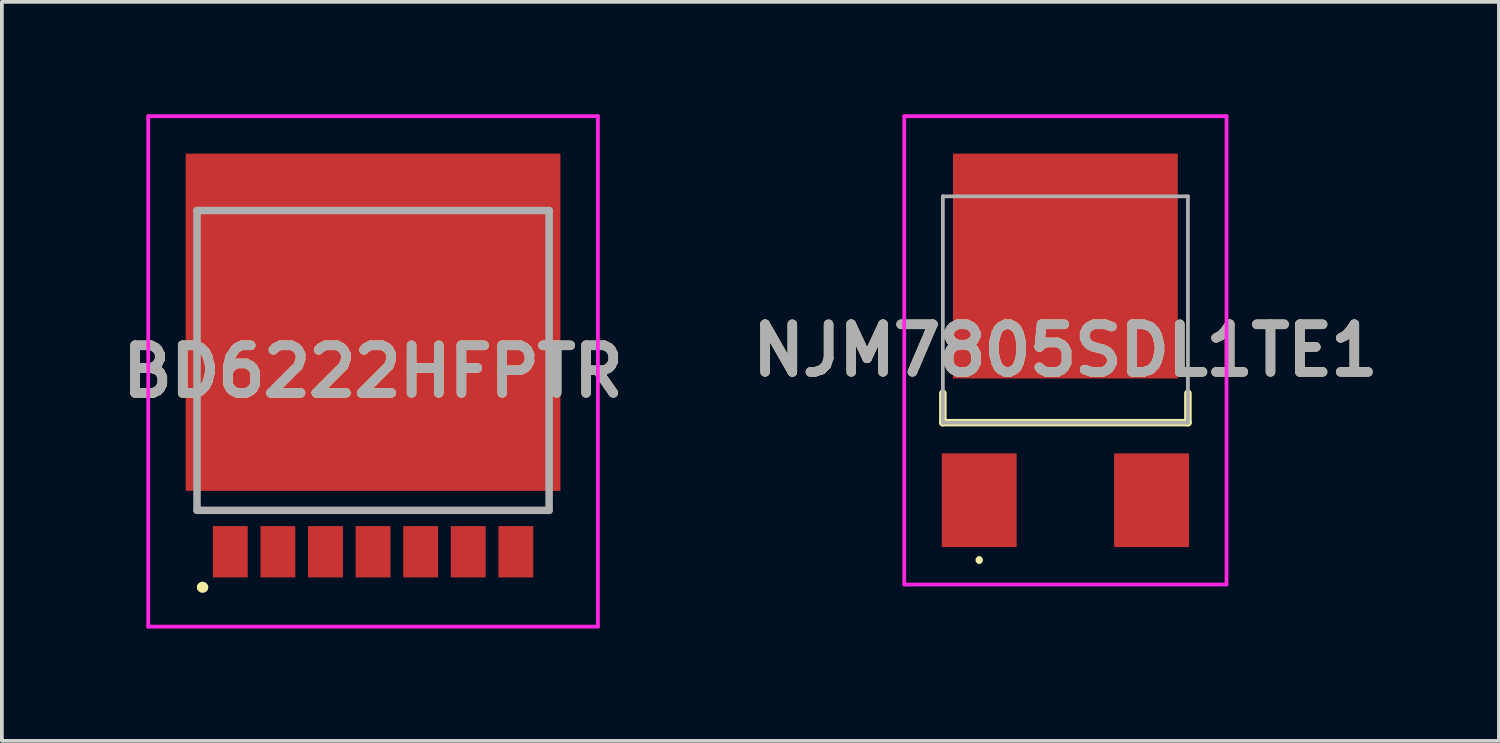
<source format=kicad_pcb>
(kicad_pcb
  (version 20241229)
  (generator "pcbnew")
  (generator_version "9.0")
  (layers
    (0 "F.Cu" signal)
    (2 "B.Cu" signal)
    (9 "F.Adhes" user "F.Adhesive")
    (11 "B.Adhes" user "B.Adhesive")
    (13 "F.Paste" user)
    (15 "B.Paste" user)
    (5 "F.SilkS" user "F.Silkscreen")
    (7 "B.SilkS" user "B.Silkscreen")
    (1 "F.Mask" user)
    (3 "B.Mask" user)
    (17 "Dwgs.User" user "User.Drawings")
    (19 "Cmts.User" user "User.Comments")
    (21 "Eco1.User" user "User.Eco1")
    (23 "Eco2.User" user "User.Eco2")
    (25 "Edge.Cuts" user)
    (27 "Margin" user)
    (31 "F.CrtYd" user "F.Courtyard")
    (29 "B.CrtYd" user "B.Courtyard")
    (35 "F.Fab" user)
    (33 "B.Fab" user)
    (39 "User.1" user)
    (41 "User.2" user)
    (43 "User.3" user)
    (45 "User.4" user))
  (footprint "BD6222HFPTR"
    (layer "F.Cu")
    (at 6.906 7.122)
    (property "Reference" "BD6222HFPTR" (at 0 -0.261 0) (layer "F.SilkS") (effects (font (size 1.27 1.27) (thickness 0.254))))
    (attr smd)
    (fp_line (start -4.698 3.447) (end 4.698 3.447) (stroke (width 0.1) (type solid)) (layer "F.SilkS"))
    (fp_line (start -4.6 5.5) (end -4.6 5.5) (stroke (width 0.2) (type solid)) (layer "F.SilkS"))
    (fp_line (start -4.5 5.5) (end -4.5 5.5) (stroke (width 0.2) (type solid)) (layer "F.SilkS"))
    (fp_arc (start -4.6 5.5) (mid -4.55 5.45) (end -4.5 5.5) (stroke (width 0.2) (type solid)) (layer "F.SilkS"))
    (fp_arc (start -4.5 5.5) (mid -4.55 5.55) (end -4.6 5.5) (stroke (width 0.2) (type solid)) (layer "F.SilkS"))
    (fp_line (start -6 -7.072) (end 6 -7.072) (stroke (width 0.1) (type solid)) (layer "F.CrtYd"))
    (fp_line (start -6 6.55) (end -6 -7.072) (stroke (width 0.1) (type solid)) (layer "F.CrtYd"))
    (fp_line (start 6 -7.072) (end 6 6.55) (stroke (width 0.1) (type solid)) (layer "F.CrtYd"))
    (fp_line (start 6 6.55) (end -6 6.55) (stroke (width 0.1) (type solid)) (layer "F.CrtYd"))
    (fp_line (start -4.698 -4.553) (end 4.698 -4.553) (stroke (width 0.2) (type solid)) (layer "F.Fab"))
    (fp_line (start -4.698 3.447) (end -4.698 -4.553) (stroke (width 0.2) (type solid)) (layer "F.Fab"))
    (fp_line (start 4.698 -4.553) (end 4.698 3.447) (stroke (width 0.2) (type solid)) (layer "F.Fab"))
    (fp_line (start 4.698 3.447) (end -4.698 3.447) (stroke (width 0.2) (type solid)) (layer "F.Fab"))
    (fp_text user "${REFERENCE}" (at 0 -0.261 0) (layer "F.Fab") (effects (font (size 1.27 1.27) (thickness 0.254))))
    (pad "1" smd rect (at -3.81 4.553) (size 0.93 1.37) (layers "F.Cu" "F.Mask" "F.Paste"))
    (pad "2" smd rect (at -2.54 4.553) (size 0.93 1.37) (layers "F.Cu" "F.Mask" "F.Paste"))
    (pad "3" smd rect (at -1.27 4.553) (size 0.93 1.37) (layers "F.Cu" "F.Mask" "F.Paste"))
    (pad "4" smd rect (at 0 4.553) (size 0.93 1.37) (layers "F.Cu" "F.Mask" "F.Paste"))
    (pad "5" smd rect (at 1.27 4.553) (size 0.93 1.37) (layers "F.Cu" "F.Mask" "F.Paste"))
    (pad "6" smd rect (at 2.54 4.553) (size 0.93 1.37) (layers "F.Cu" "F.Mask" "F.Paste"))
    (pad "7" smd rect (at 3.81 4.553) (size 0.93 1.37) (layers "F.Cu" "F.Mask" "F.Paste"))
    (pad "8" smd rect (at 0 -1.572 90) (size 9 10) (layers "F.Cu" "F.Mask" "F.Paste")))
  (footprint "NJM7805SDL1TE1"
    (layer "F.Cu")
    (at 25.382 6.245)
    (property "Reference" "NJM7805SDL1TE1" (at 0 0.055 0) (layer "F.SilkS") (effects (font (size 1.27 1.27) (thickness 0.254))))
    (attr smd)
    (fp_line (start -3.27 1.2) (end -3.27 1.985) (stroke (width 0.2) (type solid)) (layer "F.SilkS"))
    (fp_line (start -3.27 1.985) (end 3.27 1.985) (stroke (width 0.2) (type solid)) (layer "F.SilkS"))
    (fp_line (start -2.3 5.6) (end -2.3 5.6) (stroke (width 0.1) (type solid)) (layer "F.SilkS"))
    (fp_line (start -2.3 5.7) (end -2.3 5.7) (stroke (width 0.1) (type solid)) (layer "F.SilkS"))
    (fp_line (start 3.27 1.985) (end 3.27 1.2) (stroke (width 0.2) (type solid)) (layer "F.SilkS"))
    (fp_arc (start -2.3 5.6) (mid -2.25 5.65) (end -2.3 5.7) (stroke (width 0.1) (type solid)) (layer "F.SilkS"))
    (fp_arc (start -2.3 5.7) (mid -2.35 5.65) (end -2.3 5.6) (stroke (width 0.1) (type solid)) (layer "F.SilkS"))
    (fp_line (start -4.3 -6.195) (end 4.3 -6.195) (stroke (width 0.1) (type solid)) (layer "F.CrtYd"))
    (fp_line (start -4.3 6.305) (end -4.3 -6.195) (stroke (width 0.1) (type solid)) (layer "F.CrtYd"))
    (fp_line (start 4.3 -6.195) (end 4.3 6.305) (stroke (width 0.1) (type solid)) (layer "F.CrtYd"))
    (fp_line (start 4.3 6.305) (end -4.3 6.305) (stroke (width 0.1) (type solid)) (layer "F.CrtYd"))
    (fp_line (start -3.27 -4.055) (end -3.27 1.985) (stroke (width 0.1) (type solid)) (layer "F.Fab"))
    (fp_line (start -3.27 1.985) (end 3.27 1.985) (stroke (width 0.1) (type solid)) (layer "F.Fab"))
    (fp_line (start 3.27 -4.055) (end -3.27 -4.055) (stroke (width 0.1) (type solid)) (layer "F.Fab"))
    (fp_line (start 3.27 1.985) (end 3.27 -4.055) (stroke (width 0.1) (type solid)) (layer "F.Fab"))
    (fp_text user "${REFERENCE}" (at 0 0.055 0) (layer "F.Fab") (effects (font (size 1.27 1.27) (thickness 0.254))))
    (pad "1" smd rect (at -2.3 4.055) (size 2 2.5) (layers "F.Cu" "F.Mask" "F.Paste"))
    (pad "2" smd rect (at 0 -2.195 90) (size 6 6) (layers "F.Cu" "F.Mask" "F.Paste"))
    (pad "3" smd rect (at 2.3 4.055) (size 2 2.5) (layers "F.Cu" "F.Mask" "F.Paste")))
  (gr_rect
    (start -3 -3)
    (end 36.952 16.722)
    (stroke (width 0.1) (type default))
    (fill no)
    (layer "Edge.Cuts")))
</source>
